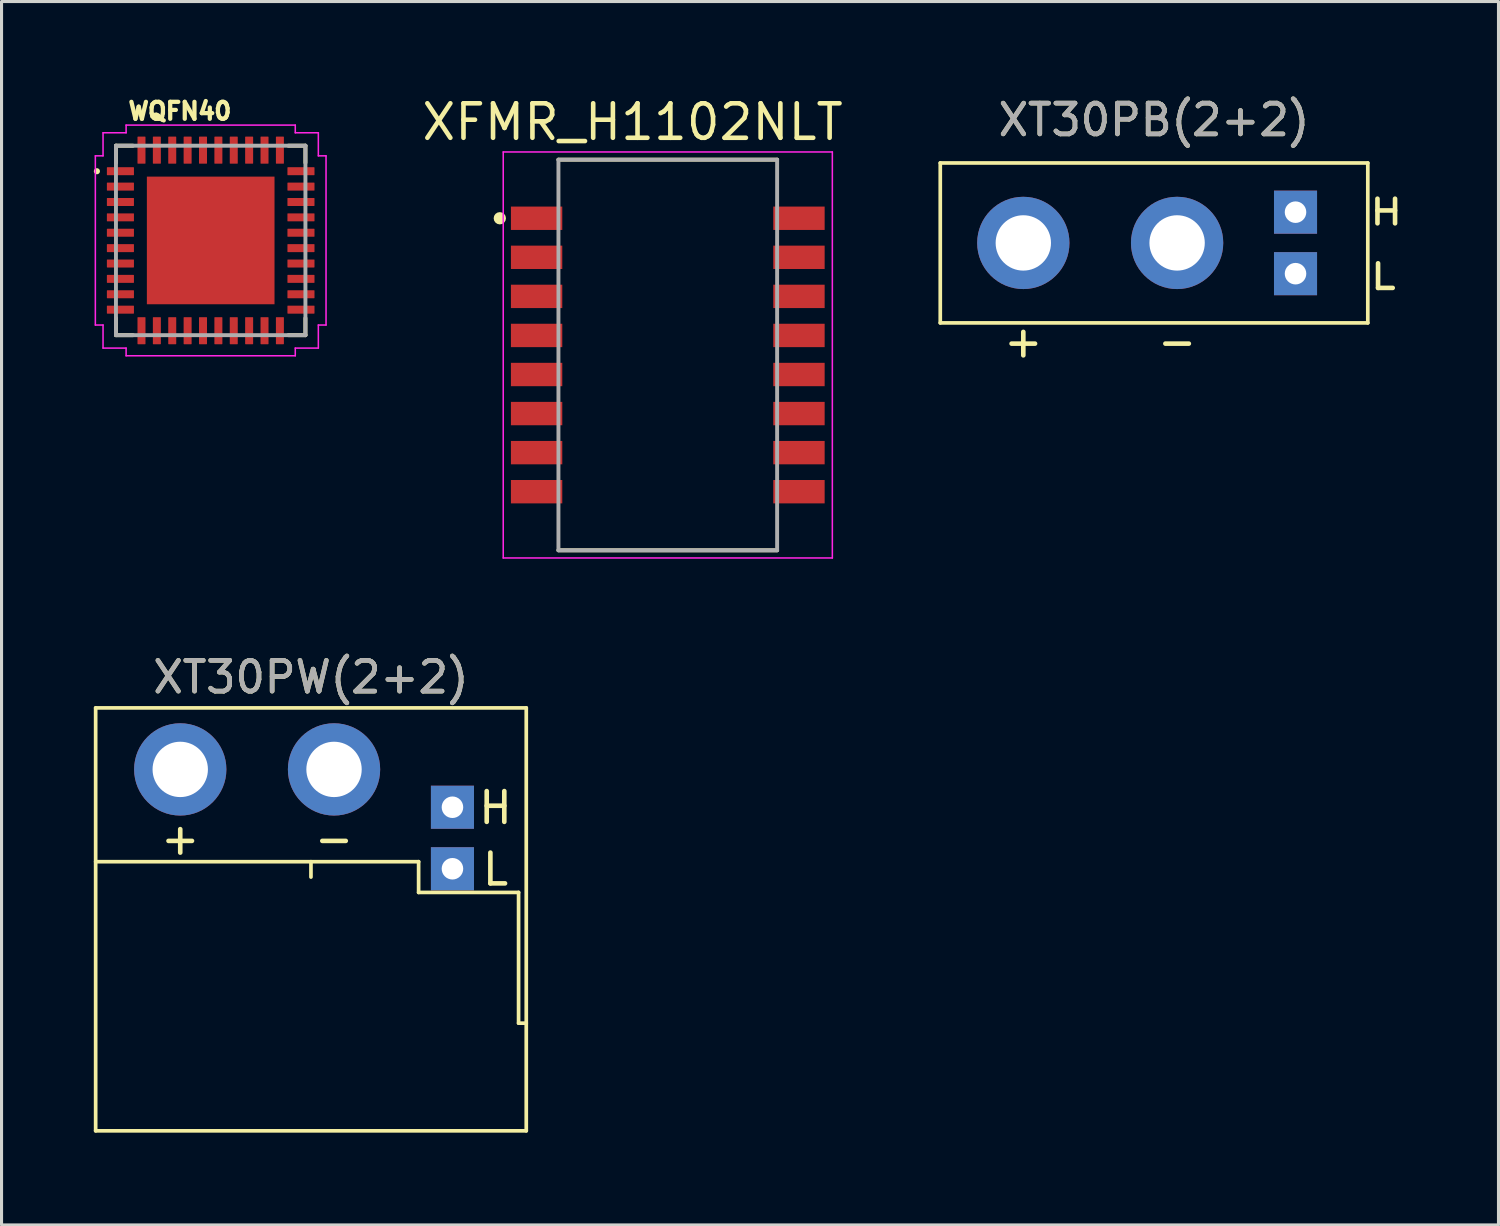
<source format=kicad_pcb>
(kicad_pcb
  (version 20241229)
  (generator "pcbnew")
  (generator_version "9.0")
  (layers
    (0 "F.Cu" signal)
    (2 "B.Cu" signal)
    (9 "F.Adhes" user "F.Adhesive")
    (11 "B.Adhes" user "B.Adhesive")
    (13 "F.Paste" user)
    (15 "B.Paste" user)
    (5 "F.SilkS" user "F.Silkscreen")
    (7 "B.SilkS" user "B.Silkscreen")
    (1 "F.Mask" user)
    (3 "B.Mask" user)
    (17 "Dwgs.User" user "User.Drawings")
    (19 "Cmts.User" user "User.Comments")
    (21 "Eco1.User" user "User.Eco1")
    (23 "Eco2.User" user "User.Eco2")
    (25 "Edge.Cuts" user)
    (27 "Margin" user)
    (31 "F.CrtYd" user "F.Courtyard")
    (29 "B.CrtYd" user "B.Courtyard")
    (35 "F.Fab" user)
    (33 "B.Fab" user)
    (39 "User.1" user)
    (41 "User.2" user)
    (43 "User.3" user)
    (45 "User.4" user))
  (footprint "XFMR_H1102NLT"
    (layer "F.Cu")
    (at 18.661 8.491)
    (property "Reference" "XFMR_H1102NLT" (at -1.144 -7.573 0) (layer "F.SilkS") (effects (font (size 1.121 1.121) (thickness 0.15))))
    (attr through_hole)
    (fp_line (start -3.555 -6.35) (end 3.555 -6.35) (stroke (width 0.127) (type solid)) (layer "F.SilkS"))
    (fp_line (start -3.555 6.35) (end 3.555 6.35) (stroke (width 0.127) (type solid)) (layer "F.SilkS"))
    (fp_circle (center -5.461 -4.445) (end -5.361 -4.445) (stroke (width 0.2) (type solid)) (fill no) (layer "F.SilkS"))
    (fp_line (start -5.35 -6.6) (end -5.35 6.6) (stroke (width 0.05) (type solid)) (layer "F.CrtYd"))
    (fp_line (start -5.35 6.6) (end 5.35 6.6) (stroke (width 0.05) (type solid)) (layer "F.CrtYd"))
    (fp_line (start 5.35 -6.6) (end -5.35 -6.6) (stroke (width 0.05) (type solid)) (layer "F.CrtYd"))
    (fp_line (start 5.35 6.6) (end 5.35 -6.6) (stroke (width 0.05) (type solid)) (layer "F.CrtYd"))
    (fp_line (start -3.555 -6.35) (end 3.555 -6.35) (stroke (width 0.127) (type solid)) (layer "F.Fab"))
    (fp_line (start -3.555 6.35) (end -3.555 -6.35) (stroke (width 0.127) (type solid)) (layer "F.Fab"))
    (fp_line (start 3.555 -6.35) (end 3.555 6.35) (stroke (width 0.127) (type solid)) (layer "F.Fab"))
    (fp_line (start 3.555 6.35) (end -3.555 6.35) (stroke (width 0.127) (type solid)) (layer "F.Fab"))
    (pad "1" smd rect (at -4.265 -4.445) (size 1.67 0.76) (layers "F.Cu" "F.Mask" "F.Paste"))
    (pad "2" smd rect (at -4.265 -3.175) (size 1.67 0.76) (layers "F.Cu" "F.Mask" "F.Paste"))
    (pad "3" smd rect (at -4.265 -1.905) (size 1.67 0.76) (layers "F.Cu" "F.Mask" "F.Paste"))
    (pad "4" smd rect (at -4.265 -0.635) (size 1.67 0.76) (layers "F.Cu" "F.Mask" "F.Paste"))
    (pad "5" smd rect (at -4.265 0.635) (size 1.67 0.76) (layers "F.Cu" "F.Mask" "F.Paste"))
    (pad "6" smd rect (at -4.265 1.905) (size 1.67 0.76) (layers "F.Cu" "F.Mask" "F.Paste"))
    (pad "7" smd rect (at -4.265 3.175) (size 1.67 0.76) (layers "F.Cu" "F.Mask" "F.Paste"))
    (pad "8" smd rect (at -4.265 4.445) (size 1.67 0.76) (layers "F.Cu" "F.Mask" "F.Paste"))
    (pad "9" smd rect (at 4.265 4.445 180) (size 1.67 0.76) (layers "F.Cu" "F.Mask" "F.Paste"))
    (pad "10" smd rect (at 4.265 3.175 180) (size 1.67 0.76) (layers "F.Cu" "F.Mask" "F.Paste"))
    (pad "11" smd rect (at 4.265 1.905 180) (size 1.67 0.76) (layers "F.Cu" "F.Mask" "F.Paste"))
    (pad "12" smd rect (at 4.265 0.635 180) (size 1.67 0.76) (layers "F.Cu" "F.Mask" "F.Paste"))
    (pad "13" smd rect (at 4.265 -0.635 180) (size 1.67 0.76) (layers "F.Cu" "F.Mask" "F.Paste"))
    (pad "14" smd rect (at 4.265 -1.905 180) (size 1.67 0.76) (layers "F.Cu" "F.Mask" "F.Paste"))
    (pad "15" smd rect (at 4.265 -3.175 180) (size 1.67 0.76) (layers "F.Cu" "F.Mask" "F.Paste"))
    (pad "16" smd rect (at 4.265 -4.445 180) (size 1.67 0.76) (layers "F.Cu" "F.Mask" "F.Paste")))
  (footprint "WQFN40"
    (layer "F.Cu")
    (at 3.8 4.767)
    (property "Reference" "WQFN40" (at -1.001 -4.203 0) (layer "F.SilkS") (effects (font (size 0.552 0.552) (thickness 0.15))))
    (attr through_hole)
    (fp_line (start -3.08 -3.08) (end -3.08 -2.526) (stroke (width 0.127) (type solid)) (layer "F.SilkS"))
    (fp_line (start -3.08 2.526) (end -3.08 3.08) (stroke (width 0.127) (type solid)) (layer "F.SilkS"))
    (fp_line (start -3.08 3.08) (end -2.526 3.08) (stroke (width 0.127) (type solid)) (layer "F.SilkS"))
    (fp_line (start -2.526 -3.08) (end -3.08 -3.08) (stroke (width 0.127) (type solid)) (layer "F.SilkS"))
    (fp_line (start 2.526 -3.08) (end 3.08 -3.08) (stroke (width 0.127) (type solid)) (layer "F.SilkS"))
    (fp_line (start 2.526 3.08) (end 3.08 3.08) (stroke (width 0.127) (type solid)) (layer "F.SilkS"))
    (fp_line (start 3.08 -3.08) (end 3.08 -2.526) (stroke (width 0.127) (type solid)) (layer "F.SilkS"))
    (fp_line (start 3.08 3.08) (end 3.08 2.526) (stroke (width 0.127) (type solid)) (layer "F.SilkS"))
    (fp_circle (center -3.7 -2.25) (end -3.65 -2.25) (stroke (width 0.1) (type solid)) (fill no) (layer "F.SilkS"))
    (fp_line (start -3.75 -2.75) (end -3.75 2.75) (stroke (width 0.05) (type solid)) (layer "F.CrtYd"))
    (fp_line (start -3.75 2.75) (end -3.5 2.75) (stroke (width 0.05) (type solid)) (layer "F.CrtYd"))
    (fp_line (start -3.5 -3.5) (end -3.5 -2.75) (stroke (width 0.05) (type solid)) (layer "F.CrtYd"))
    (fp_line (start -3.5 -2.75) (end -3.75 -2.75) (stroke (width 0.05) (type solid)) (layer "F.CrtYd"))
    (fp_line (start -3.5 2.75) (end -3.5 3.5) (stroke (width 0.05) (type solid)) (layer "F.CrtYd"))
    (fp_line (start -3.5 3.5) (end -2.75 3.5) (stroke (width 0.05) (type solid)) (layer "F.CrtYd"))
    (fp_line (start -2.75 -3.75) (end -2.75 -3.5) (stroke (width 0.05) (type solid)) (layer "F.CrtYd"))
    (fp_line (start -2.75 -3.5) (end -3.5 -3.5) (stroke (width 0.05) (type solid)) (layer "F.CrtYd"))
    (fp_line (start -2.75 3.5) (end -2.75 3.75) (stroke (width 0.05) (type solid)) (layer "F.CrtYd"))
    (fp_line (start -2.75 3.75) (end 2.75 3.75) (stroke (width 0.05) (type solid)) (layer "F.CrtYd"))
    (fp_line (start 2.75 -3.75) (end -2.75 -3.75) (stroke (width 0.05) (type solid)) (layer "F.CrtYd"))
    (fp_line (start 2.75 -3.5) (end 2.75 -3.75) (stroke (width 0.05) (type solid)) (layer "F.CrtYd"))
    (fp_line (start 2.75 3.5) (end 3.5 3.5) (stroke (width 0.05) (type solid)) (layer "F.CrtYd"))
    (fp_line (start 2.75 3.75) (end 2.75 3.5) (stroke (width 0.05) (type solid)) (layer "F.CrtYd"))
    (fp_line (start 3.5 -3.5) (end 2.75 -3.5) (stroke (width 0.05) (type solid)) (layer "F.CrtYd"))
    (fp_line (start 3.5 -2.75) (end 3.5 -3.5) (stroke (width 0.05) (type solid)) (layer "F.CrtYd"))
    (fp_line (start 3.5 2.75) (end 3.75 2.75) (stroke (width 0.05) (type solid)) (layer "F.CrtYd"))
    (fp_line (start 3.5 3.5) (end 3.5 2.75) (stroke (width 0.05) (type solid)) (layer "F.CrtYd"))
    (fp_line (start 3.75 -2.75) (end 3.5 -2.75) (stroke (width 0.05) (type solid)) (layer "F.CrtYd"))
    (fp_line (start 3.75 2.75) (end 3.75 -2.75) (stroke (width 0.05) (type solid)) (layer "F.CrtYd"))
    (fp_line (start -3.08 -3.08) (end -3.08 3.08) (stroke (width 0.127) (type solid)) (layer "F.Fab"))
    (fp_line (start -3.08 3.08) (end 3.08 3.08) (stroke (width 0.127) (type solid)) (layer "F.Fab"))
    (fp_line (start 3.08 -3.08) (end -3.08 -3.08) (stroke (width 0.127) (type solid)) (layer "F.Fab"))
    (fp_line (start 3.08 3.08) (end 3.08 -3.08) (stroke (width 0.127) (type solid)) (layer "F.Fab"))
    (pad "1" smd roundrect (at -2.935 -2.25 90) (size 0.26 0.88) (layers "F.Cu" "F.Mask" "F.Paste") (roundrect_rratio 0.06))
    (pad "2" smd roundrect (at -2.935 -1.75 90) (size 0.26 0.88) (layers "F.Cu" "F.Mask" "F.Paste") (roundrect_rratio 0.06))
    (pad "3" smd roundrect (at -2.935 -1.25 90) (size 0.26 0.88) (layers "F.Cu" "F.Mask" "F.Paste") (roundrect_rratio 0.06))
    (pad "4" smd roundrect (at -2.935 -0.75 90) (size 0.26 0.88) (layers "F.Cu" "F.Mask" "F.Paste") (roundrect_rratio 0.06))
    (pad "5" smd roundrect (at -2.935 -0.25 90) (size 0.26 0.88) (layers "F.Cu" "F.Mask" "F.Paste") (roundrect_rratio 0.06))
    (pad "6" smd roundrect (at -2.935 0.25 90) (size 0.26 0.88) (layers "F.Cu" "F.Mask" "F.Paste") (roundrect_rratio 0.06))
    (pad "7" smd roundrect (at -2.935 0.75 90) (size 0.26 0.88) (layers "F.Cu" "F.Mask" "F.Paste") (roundrect_rratio 0.06))
    (pad "8" smd roundrect (at -2.935 1.25 90) (size 0.26 0.88) (layers "F.Cu" "F.Mask" "F.Paste") (roundrect_rratio 0.06))
    (pad "9" smd roundrect (at -2.935 1.75 90) (size 0.26 0.88) (layers "F.Cu" "F.Mask" "F.Paste") (roundrect_rratio 0.06))
    (pad "10" smd roundrect (at -2.935 2.25 90) (size 0.26 0.88) (layers "F.Cu" "F.Mask" "F.Paste") (roundrect_rratio 0.06))
    (pad "11" smd roundrect (at -2.25 2.935 180) (size 0.26 0.88) (layers "F.Cu" "F.Mask" "F.Paste") (roundrect_rratio 0.06))
    (pad "12" smd roundrect (at -1.75 2.935 180) (size 0.26 0.88) (layers "F.Cu" "F.Mask" "F.Paste") (roundrect_rratio 0.06))
    (pad "13" smd roundrect (at -1.25 2.935 180) (size 0.26 0.88) (layers "F.Cu" "F.Mask" "F.Paste") (roundrect_rratio 0.06))
    (pad "14" smd roundrect (at -0.75 2.935 180) (size 0.26 0.88) (layers "F.Cu" "F.Mask" "F.Paste") (roundrect_rratio 0.06))
    (pad "15" smd roundrect (at -0.25 2.935 180) (size 0.26 0.88) (layers "F.Cu" "F.Mask" "F.Paste") (roundrect_rratio 0.06))
    (pad "16" smd roundrect (at 0.25 2.935 180) (size 0.26 0.88) (layers "F.Cu" "F.Mask" "F.Paste") (roundrect_rratio 0.06))
    (pad "17" smd roundrect (at 0.75 2.935 180) (size 0.26 0.88) (layers "F.Cu" "F.Mask" "F.Paste") (roundrect_rratio 0.06))
    (pad "18" smd roundrect (at 1.25 2.935 180) (size 0.26 0.88) (layers "F.Cu" "F.Mask" "F.Paste") (roundrect_rratio 0.06))
    (pad "19" smd roundrect (at 1.75 2.935 180) (size 0.26 0.88) (layers "F.Cu" "F.Mask" "F.Paste") (roundrect_rratio 0.06))
    (pad "20" smd roundrect (at 2.25 2.935 180) (size 0.26 0.88) (layers "F.Cu" "F.Mask" "F.Paste") (roundrect_rratio 0.06))
    (pad "21" smd roundrect (at 2.935 2.25 270) (size 0.26 0.88) (layers "F.Cu" "F.Mask" "F.Paste") (roundrect_rratio 0.06))
    (pad "22" smd roundrect (at 2.935 1.75 270) (size 0.26 0.88) (layers "F.Cu" "F.Mask" "F.Paste") (roundrect_rratio 0.06))
    (pad "23" smd roundrect (at 2.935 1.25 270) (size 0.26 0.88) (layers "F.Cu" "F.Mask" "F.Paste") (roundrect_rratio 0.06))
    (pad "24" smd roundrect (at 2.935 0.75 270) (size 0.26 0.88) (layers "F.Cu" "F.Mask" "F.Paste") (roundrect_rratio 0.06))
    (pad "25" smd roundrect (at 2.935 0.25 270) (size 0.26 0.88) (layers "F.Cu" "F.Mask" "F.Paste") (roundrect_rratio 0.06))
    (pad "26" smd roundrect (at 2.935 -0.25 270) (size 0.26 0.88) (layers "F.Cu" "F.Mask" "F.Paste") (roundrect_rratio 0.06))
    (pad "27" smd roundrect (at 2.935 -0.75 270) (size 0.26 0.88) (layers "F.Cu" "F.Mask" "F.Paste") (roundrect_rratio 0.06))
    (pad "28" smd roundrect (at 2.935 -1.25 270) (size 0.26 0.88) (layers "F.Cu" "F.Mask" "F.Paste") (roundrect_rratio 0.06))
    (pad "29" smd roundrect (at 2.935 -1.75 270) (size 0.26 0.88) (layers "F.Cu" "F.Mask" "F.Paste") (roundrect_rratio 0.06))
    (pad "30" smd roundrect (at 2.935 -2.25 270) (size 0.26 0.88) (layers "F.Cu" "F.Mask" "F.Paste") (roundrect_rratio 0.06))
    (pad "31" smd roundrect (at 2.25 -2.935) (size 0.26 0.88) (layers "F.Cu" "F.Mask" "F.Paste") (roundrect_rratio 0.06))
    (pad "32" smd roundrect (at 1.75 -2.935) (size 0.26 0.88) (layers "F.Cu" "F.Mask" "F.Paste") (roundrect_rratio 0.06))
    (pad "33" smd roundrect (at 1.25 -2.935) (size 0.26 0.88) (layers "F.Cu" "F.Mask" "F.Paste") (roundrect_rratio 0.06))
    (pad "34" smd roundrect (at 0.75 -2.935) (size 0.26 0.88) (layers "F.Cu" "F.Mask" "F.Paste") (roundrect_rratio 0.06))
    (pad "35" smd roundrect (at 0.25 -2.935) (size 0.26 0.88) (layers "F.Cu" "F.Mask" "F.Paste") (roundrect_rratio 0.06))
    (pad "36" smd roundrect (at -0.25 -2.935) (size 0.26 0.88) (layers "F.Cu" "F.Mask" "F.Paste") (roundrect_rratio 0.06))
    (pad "37" smd roundrect (at -0.75 -2.935) (size 0.26 0.88) (layers "F.Cu" "F.Mask" "F.Paste") (roundrect_rratio 0.06))
    (pad "38" smd roundrect (at -1.25 -2.935) (size 0.26 0.88) (layers "F.Cu" "F.Mask" "F.Paste") (roundrect_rratio 0.06))
    (pad "39" smd roundrect (at -1.75 -2.935) (size 0.26 0.88) (layers "F.Cu" "F.Mask" "F.Paste") (roundrect_rratio 0.06))
    (pad "40" smd roundrect (at -2.25 -2.935) (size 0.26 0.88) (layers "F.Cu" "F.Mask" "F.Paste") (roundrect_rratio 0.06))
    (pad "41" smd rect (at 0 0 270) (size 4.15 4.15) (layers "F.Cu" "F.Mask" "F.Paste")))
  (footprint "XT30PW(2+2)"
    (layer "F.Cu")
    (at 7.06 21.965)
    (property "Reference" "XT30PW(2+2)" (at 0 -3 0) (unlocked yes) (layer "F.SilkS") (effects (font (size 1 1) (thickness 0.15))))
    (attr through_hole)
    (fp_line (start -7 -2) (end -7 11.75) (stroke (width 0.12) (type solid)) (layer "F.SilkS"))
    (fp_line (start -7 3) (end 3.5 3) (stroke (width 0.12) (type solid)) (layer "F.SilkS"))
    (fp_line (start -7 11.75) (end 7 11.75) (stroke (width 0.12) (type solid)) (layer "F.SilkS"))
    (fp_line (start 0 3) (end 0 3.5) (stroke (width 0.12) (type solid)) (layer "F.SilkS"))
    (fp_line (start 3.5 3) (end 3.5 4) (stroke (width 0.12) (type solid)) (layer "F.SilkS"))
    (fp_line (start 3.5 4) (end 6.75 4) (stroke (width 0.12) (type solid)) (layer "F.SilkS"))
    (fp_line (start 6.75 4) (end 6.75 8.25) (stroke (width 0.12) (type solid)) (layer "F.SilkS"))
    (fp_line (start 6.75 8.25) (end 7 8.25) (stroke (width 0.12) (type solid)) (layer "F.SilkS"))
    (fp_line (start 7 -2) (end -7 -2) (stroke (width 0.12) (type solid)) (layer "F.SilkS"))
    (fp_line (start 7 11.75) (end 7 -2) (stroke (width 0.12) (type solid)) (layer "F.SilkS"))
    (fp_text user "H" (at 6 1.25 0) (unlocked yes) (layer "F.SilkS") (effects (font (size 1 1) (thickness 0.15))))
    (fp_text user "L" (at 6 3.25 0) (unlocked yes) (layer "F.SilkS") (effects (font (size 1 1) (thickness 0.15))))
    (fp_text user "-" (at 0.75 2.25 0) (unlocked yes) (layer "F.SilkS") (effects (font (size 1 1) (thickness 0.15))))
    (fp_text user "+" (at -4.25 2.25 0) (unlocked yes) (layer "F.SilkS") (effects (font (size 1 1) (thickness 0.15))))
    (fp_text user "${REFERENCE}" (at 0 -3 0) (unlocked yes) (layer "F.Fab") (effects (font (size 1 1) (thickness 0.15))))
    (pad "1" thru_hole circle (at -4.25 0) (size 3 3) (drill 1.8) (layers "*.Cu" "*.Mask"))
    (pad "2" thru_hole circle (at 0.75 0) (size 3 3) (drill 1.8) (layers "*.Cu" "*.Mask"))
    (pad "3" thru_hole rect (at 4.6 1.23) (size 1.4 1.4) (drill 0.7) (layers "*.Cu" "*.Mask"))
    (pad "4" thru_hole rect (at 4.6 3.23) (size 1.4 1.4) (drill 0.7) (layers "*.Cu" "*.Mask")))
  (footprint "XT30PB(2+2)"
    (layer "F.Cu")
    (at 35.22 4.848)
    (property "Reference" "XT30PB(2+2)" (at -0.75 -4 0) (unlocked yes) (layer "F.SilkS") (effects (font (size 1 1) (thickness 0.15))))
    (attr through_hole)
    (fp_line (start -7.7 -2.6) (end -7.7 2.6) (stroke (width 0.12) (type solid)) (layer "F.SilkS"))
    (fp_line (start -7.7 2.6) (end 6.2 2.6) (stroke (width 0.12) (type solid)) (layer "F.SilkS"))
    (fp_line (start 6.2 -2.6) (end -7.7 -2.6) (stroke (width 0.12) (type solid)) (layer "F.SilkS"))
    (fp_line (start 6.2 2.6) (end 6.2 -2.6) (stroke (width 0.12) (type solid)) (layer "F.SilkS"))
    (fp_text user "H" (at 6.8 -1 0) (unlocked yes) (layer "F.SilkS") (effects (font (size 0.8 1) (thickness 0.15))))
    (fp_text user "-" (at 0 3.2 0) (unlocked yes) (layer "F.SilkS") (effects (font (size 1 1) (thickness 0.15))))
    (fp_text user "+" (at -5 3.2 0) (unlocked yes) (layer "F.SilkS") (effects (font (size 1 1) (thickness 0.15))))
    (fp_text user "L" (at 6.7 1.1 0) (unlocked yes) (layer "F.SilkS") (effects (font (size 0.8 1) (thickness 0.15))))
    (fp_text user "${REFERENCE}" (at -0.75 -4 0) (unlocked yes) (layer "F.Fab") (effects (font (size 1 1) (thickness 0.15))))
    (pad "1" thru_hole circle (at -5 0) (size 3 3) (drill 1.8) (layers "*.Cu" "*.Mask"))
    (pad "2" thru_hole circle (at 0 0) (size 3 3) (drill 1.8) (layers "*.Cu" "*.Mask"))
    (pad "3" thru_hole rect (at 3.85 -1) (size 1.4 1.4) (drill 0.7) (layers "*.Cu" "*.Mask"))
    (pad "4" thru_hole rect (at 3.85 1) (size 1.4 1.4) (drill 0.7) (layers "*.Cu" "*.Mask")))
  (gr_rect
    (start -3 -3)
    (end 45.669 36.775)
    (stroke (width 0.1) (type default))
    (fill no)
    (layer "Edge.Cuts")))
</source>
